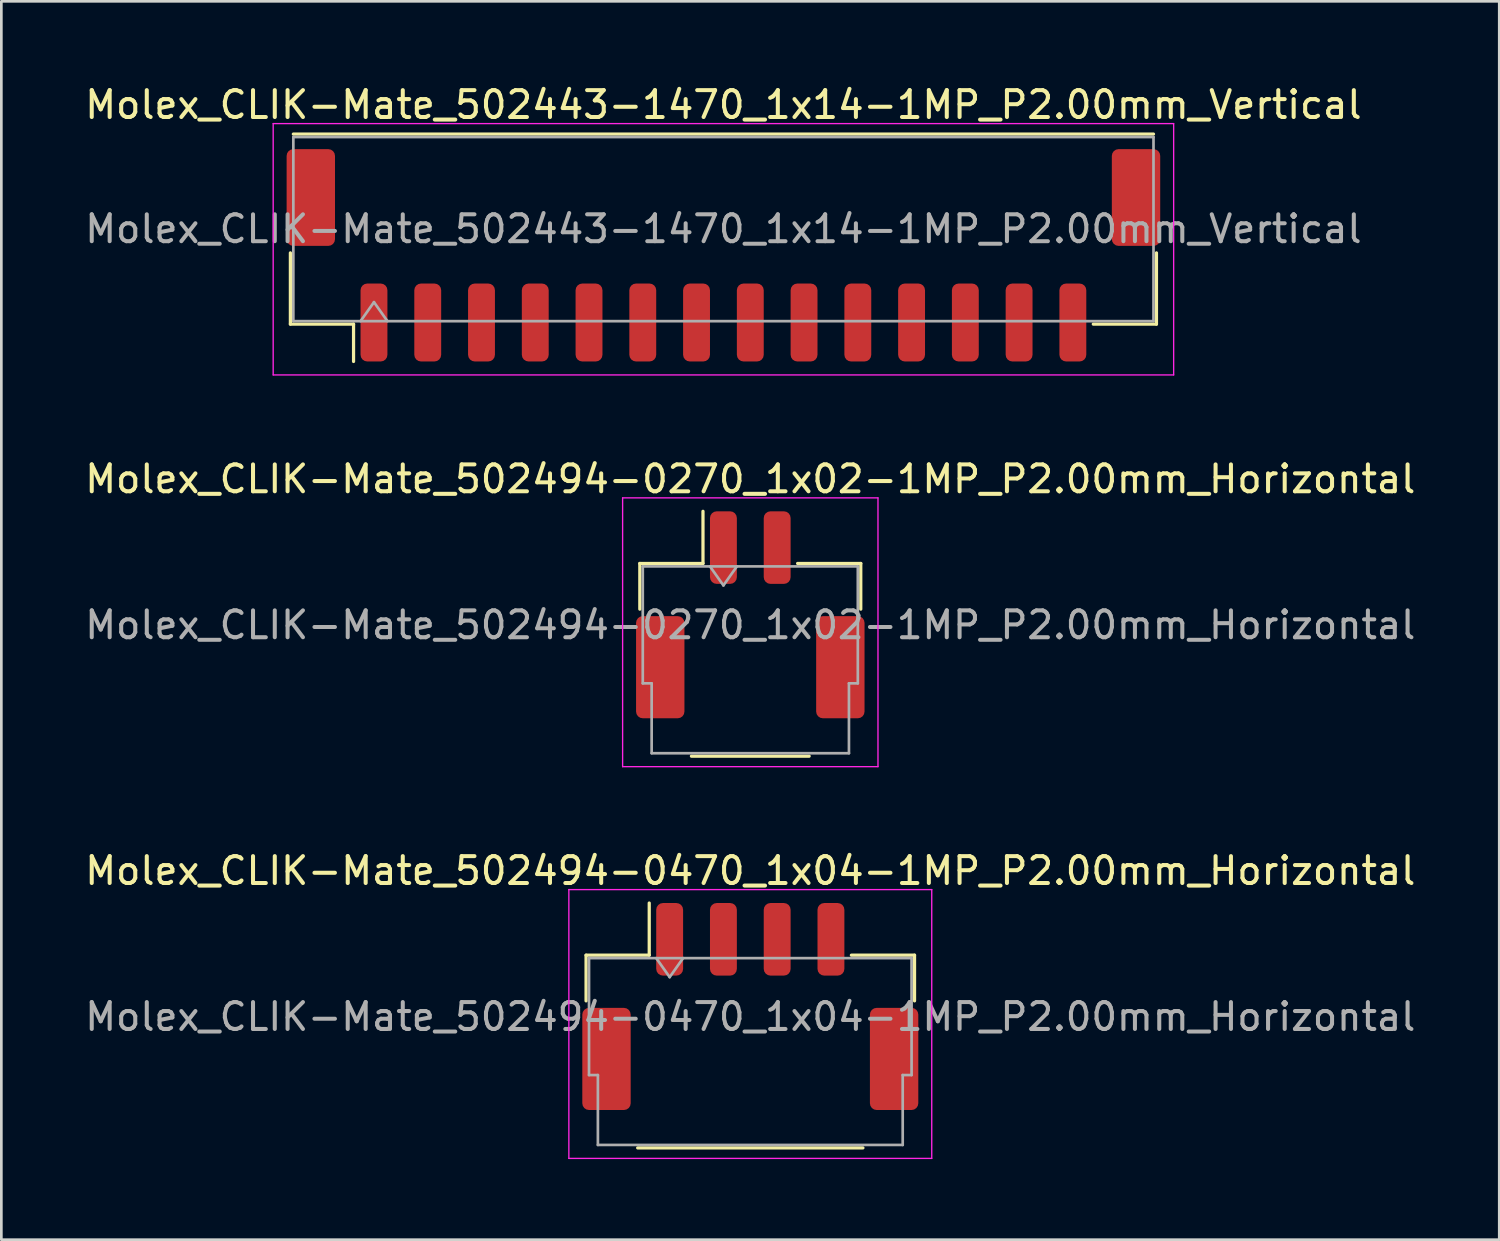
<source format=kicad_pcb>
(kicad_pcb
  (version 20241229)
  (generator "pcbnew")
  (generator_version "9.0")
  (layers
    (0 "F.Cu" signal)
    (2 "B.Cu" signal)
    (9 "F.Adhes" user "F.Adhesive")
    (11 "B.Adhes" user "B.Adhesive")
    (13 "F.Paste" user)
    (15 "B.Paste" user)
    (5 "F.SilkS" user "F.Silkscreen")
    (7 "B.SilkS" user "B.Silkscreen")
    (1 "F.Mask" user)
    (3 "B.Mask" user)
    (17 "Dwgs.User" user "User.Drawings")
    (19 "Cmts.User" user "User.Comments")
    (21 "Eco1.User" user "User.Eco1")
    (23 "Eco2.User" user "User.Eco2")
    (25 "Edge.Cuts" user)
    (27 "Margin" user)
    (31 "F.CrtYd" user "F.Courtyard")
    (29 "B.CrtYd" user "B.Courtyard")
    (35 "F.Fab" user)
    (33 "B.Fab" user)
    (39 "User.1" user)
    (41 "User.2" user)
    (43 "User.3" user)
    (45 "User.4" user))
  (footprint "Molex_CLIK-Mate_502494-0470_1x04-1MP_P2.00mm_Horizontal"
    (layer "F.Cu")
    (at 24.863 34.395)
    (property "Reference" "Molex_CLIK-Mate_502494-0470_1x04-1MP_P2.00mm_Horizontal" (at 0 -5.05 0) (layer "F.SilkS") (effects (font (size 1 1) (thickness 0.15))))
    (attr smd)
    (fp_line (start -6.11 -1.91) (end -3.76 -1.91) (stroke (width 0.12) (type solid)) (layer "F.SilkS"))
    (fp_line (start -6.11 -0.21) (end -6.11 -1.91) (stroke (width 0.12) (type solid)) (layer "F.SilkS"))
    (fp_line (start -4.19 5.26) (end 4.19 5.26) (stroke (width 0.12) (type solid)) (layer "F.SilkS"))
    (fp_line (start -3.76 -1.91) (end -3.76 -3.85) (stroke (width 0.12) (type solid)) (layer "F.SilkS"))
    (fp_line (start 6.11 -1.91) (end 3.76 -1.91) (stroke (width 0.12) (type solid)) (layer "F.SilkS"))
    (fp_line (start 6.11 -0.21) (end 6.11 -1.91) (stroke (width 0.12) (type solid)) (layer "F.SilkS"))
    (fp_line (start -6.75 -4.35) (end -6.75 5.65) (stroke (width 0.05) (type solid)) (layer "F.CrtYd"))
    (fp_line (start -6.75 5.65) (end 6.75 5.65) (stroke (width 0.05) (type solid)) (layer "F.CrtYd"))
    (fp_line (start 6.75 -4.35) (end -6.75 -4.35) (stroke (width 0.05) (type solid)) (layer "F.CrtYd"))
    (fp_line (start 6.75 5.65) (end 6.75 -4.35) (stroke (width 0.05) (type solid)) (layer "F.CrtYd"))
    (fp_line (start -6 -1.8) (end -6 2.55) (stroke (width 0.1) (type solid)) (layer "F.Fab"))
    (fp_line (start -6 -1.8) (end 6 -1.8) (stroke (width 0.1) (type solid)) (layer "F.Fab"))
    (fp_line (start -6 2.55) (end -5.67 2.55) (stroke (width 0.1) (type solid)) (layer "F.Fab"))
    (fp_line (start -5.67 2.55) (end -5.67 5.15) (stroke (width 0.1) (type solid)) (layer "F.Fab"))
    (fp_line (start -5.67 5.15) (end 5.67 5.15) (stroke (width 0.1) (type solid)) (layer "F.Fab"))
    (fp_line (start -3.5 -1.8) (end -3 -1.093) (stroke (width 0.1) (type solid)) (layer "F.Fab"))
    (fp_line (start -3 -1.093) (end -2.5 -1.8) (stroke (width 0.1) (type solid)) (layer "F.Fab"))
    (fp_line (start 5.67 2.55) (end 6 2.55) (stroke (width 0.1) (type solid)) (layer "F.Fab"))
    (fp_line (start 5.67 5.15) (end 5.67 2.55) (stroke (width 0.1) (type solid)) (layer "F.Fab"))
    (fp_line (start 6 -1.8) (end 6 2.55) (stroke (width 0.1) (type solid)) (layer "F.Fab"))
    (fp_text user "${REFERENCE}" (at 0 0.38 0) (layer "F.Fab") (effects (font (size 1 1) (thickness 0.15))))
    (pad "1" smd roundrect (at -3 -2.5) (size 1 2.7) (layers "F.Cu" "F.Mask" "F.Paste") (roundrect_rratio 0.25))
    (pad "2" smd roundrect (at -1 -2.5) (size 1 2.7) (layers "F.Cu" "F.Mask" "F.Paste") (roundrect_rratio 0.25))
    (pad "3" smd roundrect (at 1 -2.5) (size 1 2.7) (layers "F.Cu" "F.Mask" "F.Paste") (roundrect_rratio 0.25))
    (pad "4" smd roundrect (at 3 -2.5) (size 1 2.7) (layers "F.Cu" "F.Mask" "F.Paste") (roundrect_rratio 0.25))
    (pad "MP" smd roundrect (at -5.35 1.95) (size 1.8 3.8) (layers "F.Cu" "F.Mask" "F.Paste") (roundrect_rratio 0.139))
    (pad "MP" smd roundrect (at 5.35 1.95) (size 1.8 3.8) (layers "F.Cu" "F.Mask" "F.Paste") (roundrect_rratio 0.139)))
  (footprint "Molex_CLIK-Mate_502443-1470_1x14-1MP_P2.00mm_Vertical"
    (layer "F.Cu")
    (at 23.863 6.448)
    (property "Reference" "Molex_CLIK-Mate_502443-1470_1x14-1MP_P2.00mm_Vertical" (at 0 -5.6 0) (layer "F.SilkS") (effects (font (size 1 1) (thickness 0.15))))
    (attr smd)
    (fp_line (start -16.11 -0.09) (end -16.11 2.56) (stroke (width 0.12) (type solid)) (layer "F.SilkS"))
    (fp_line (start -16.11 2.56) (end -13.76 2.56) (stroke (width 0.12) (type solid)) (layer "F.SilkS"))
    (fp_line (start -16 -4.51) (end 16 -4.51) (stroke (width 0.12) (type solid)) (layer "F.SilkS"))
    (fp_line (start -13.76 2.56) (end -13.76 3.95) (stroke (width 0.12) (type solid)) (layer "F.SilkS"))
    (fp_line (start 16.11 -0.09) (end 16.11 2.56) (stroke (width 0.12) (type solid)) (layer "F.SilkS"))
    (fp_line (start 16.11 2.56) (end 13.76 2.56) (stroke (width 0.12) (type solid)) (layer "F.SilkS"))
    (fp_line (start -16.75 -4.9) (end -16.75 4.45) (stroke (width 0.05) (type solid)) (layer "F.CrtYd"))
    (fp_line (start -16.75 4.45) (end 16.75 4.45) (stroke (width 0.05) (type solid)) (layer "F.CrtYd"))
    (fp_line (start 16.75 -4.9) (end -16.75 -4.9) (stroke (width 0.05) (type solid)) (layer "F.CrtYd"))
    (fp_line (start 16.75 4.45) (end 16.75 -4.9) (stroke (width 0.05) (type solid)) (layer "F.CrtYd"))
    (fp_line (start -16 -4.4) (end 16 -4.4) (stroke (width 0.1) (type solid)) (layer "F.Fab"))
    (fp_line (start -16 2.45) (end -16 -4.4) (stroke (width 0.1) (type solid)) (layer "F.Fab"))
    (fp_line (start -16 2.45) (end 16 2.45) (stroke (width 0.1) (type solid)) (layer "F.Fab"))
    (fp_line (start -13.5 2.45) (end -13 1.743) (stroke (width 0.1) (type solid)) (layer "F.Fab"))
    (fp_line (start -13 1.743) (end -12.5 2.45) (stroke (width 0.1) (type solid)) (layer "F.Fab"))
    (fp_line (start 16 2.45) (end 16 -4.4) (stroke (width 0.1) (type solid)) (layer "F.Fab"))
    (fp_text user "${REFERENCE}" (at 0 -0.98 0) (layer "F.Fab") (effects (font (size 1 1) (thickness 0.15))))
    (pad "1" smd roundrect (at -13 2.5) (size 1 2.9) (layers "F.Cu" "F.Mask" "F.Paste") (roundrect_rratio 0.25))
    (pad "2" smd roundrect (at -11 2.5) (size 1 2.9) (layers "F.Cu" "F.Mask" "F.Paste") (roundrect_rratio 0.25))
    (pad "3" smd roundrect (at -9 2.5) (size 1 2.9) (layers "F.Cu" "F.Mask" "F.Paste") (roundrect_rratio 0.25))
    (pad "4" smd roundrect (at -7 2.5) (size 1 2.9) (layers "F.Cu" "F.Mask" "F.Paste") (roundrect_rratio 0.25))
    (pad "5" smd roundrect (at -5 2.5) (size 1 2.9) (layers "F.Cu" "F.Mask" "F.Paste") (roundrect_rratio 0.25))
    (pad "6" smd roundrect (at -3 2.5) (size 1 2.9) (layers "F.Cu" "F.Mask" "F.Paste") (roundrect_rratio 0.25))
    (pad "7" smd roundrect (at -1 2.5) (size 1 2.9) (layers "F.Cu" "F.Mask" "F.Paste") (roundrect_rratio 0.25))
    (pad "8" smd roundrect (at 1 2.5) (size 1 2.9) (layers "F.Cu" "F.Mask" "F.Paste") (roundrect_rratio 0.25))
    (pad "9" smd roundrect (at 3 2.5) (size 1 2.9) (layers "F.Cu" "F.Mask" "F.Paste") (roundrect_rratio 0.25))
    (pad "10" smd roundrect (at 5 2.5) (size 1 2.9) (layers "F.Cu" "F.Mask" "F.Paste") (roundrect_rratio 0.25))
    (pad "11" smd roundrect (at 7 2.5) (size 1 2.9) (layers "F.Cu" "F.Mask" "F.Paste") (roundrect_rratio 0.25))
    (pad "12" smd roundrect (at 9 2.5) (size 1 2.9) (layers "F.Cu" "F.Mask" "F.Paste") (roundrect_rratio 0.25))
    (pad "13" smd roundrect (at 11 2.5) (size 1 2.9) (layers "F.Cu" "F.Mask" "F.Paste") (roundrect_rratio 0.25))
    (pad "14" smd roundrect (at 13 2.5) (size 1 2.9) (layers "F.Cu" "F.Mask" "F.Paste") (roundrect_rratio 0.25))
    (pad "MP" smd roundrect (at -15.35 -2.15) (size 1.8 3.6) (layers "F.Cu" "F.Mask" "F.Paste") (roundrect_rratio 0.139))
    (pad "MP" smd roundrect (at 15.35 -2.15) (size 1.8 3.6) (layers "F.Cu" "F.Mask" "F.Paste") (roundrect_rratio 0.139)))
  (footprint "Molex_CLIK-Mate_502494-0270_1x02-1MP_P2.00mm_Horizontal"
    (layer "F.Cu")
    (at 24.863 19.822)
    (property "Reference" "Molex_CLIK-Mate_502494-0270_1x02-1MP_P2.00mm_Horizontal" (at 0 -5.05 0) (layer "F.SilkS") (effects (font (size 1 1) (thickness 0.15))))
    (attr smd)
    (fp_line (start -4.11 -1.91) (end -1.76 -1.91) (stroke (width 0.12) (type solid)) (layer "F.SilkS"))
    (fp_line (start -4.11 -0.21) (end -4.11 -1.91) (stroke (width 0.12) (type solid)) (layer "F.SilkS"))
    (fp_line (start -2.19 5.26) (end 2.19 5.26) (stroke (width 0.12) (type solid)) (layer "F.SilkS"))
    (fp_line (start -1.76 -1.91) (end -1.76 -3.85) (stroke (width 0.12) (type solid)) (layer "F.SilkS"))
    (fp_line (start 4.11 -1.91) (end 1.76 -1.91) (stroke (width 0.12) (type solid)) (layer "F.SilkS"))
    (fp_line (start 4.11 -0.21) (end 4.11 -1.91) (stroke (width 0.12) (type solid)) (layer "F.SilkS"))
    (fp_line (start -4.75 -4.35) (end -4.75 5.65) (stroke (width 0.05) (type solid)) (layer "F.CrtYd"))
    (fp_line (start -4.75 5.65) (end 4.75 5.65) (stroke (width 0.05) (type solid)) (layer "F.CrtYd"))
    (fp_line (start 4.75 -4.35) (end -4.75 -4.35) (stroke (width 0.05) (type solid)) (layer "F.CrtYd"))
    (fp_line (start 4.75 5.65) (end 4.75 -4.35) (stroke (width 0.05) (type solid)) (layer "F.CrtYd"))
    (fp_line (start -4 -1.8) (end -4 2.55) (stroke (width 0.1) (type solid)) (layer "F.Fab"))
    (fp_line (start -4 -1.8) (end 4 -1.8) (stroke (width 0.1) (type solid)) (layer "F.Fab"))
    (fp_line (start -4 2.55) (end -3.67 2.55) (stroke (width 0.1) (type solid)) (layer "F.Fab"))
    (fp_line (start -3.67 2.55) (end -3.67 5.15) (stroke (width 0.1) (type solid)) (layer "F.Fab"))
    (fp_line (start -3.67 5.15) (end 3.67 5.15) (stroke (width 0.1) (type solid)) (layer "F.Fab"))
    (fp_line (start -1.5 -1.8) (end -1 -1.093) (stroke (width 0.1) (type solid)) (layer "F.Fab"))
    (fp_line (start -1 -1.093) (end -0.5 -1.8) (stroke (width 0.1) (type solid)) (layer "F.Fab"))
    (fp_line (start 3.67 2.55) (end 4 2.55) (stroke (width 0.1) (type solid)) (layer "F.Fab"))
    (fp_line (start 3.67 5.15) (end 3.67 2.55) (stroke (width 0.1) (type solid)) (layer "F.Fab"))
    (fp_line (start 4 -1.8) (end 4 2.55) (stroke (width 0.1) (type solid)) (layer "F.Fab"))
    (fp_text user "${REFERENCE}" (at 0 0.38 0) (layer "F.Fab") (effects (font (size 1 1) (thickness 0.15))))
    (pad "1" smd roundrect (at -1 -2.5) (size 1 2.7) (layers "F.Cu" "F.Mask" "F.Paste") (roundrect_rratio 0.25))
    (pad "2" smd roundrect (at 1 -2.5) (size 1 2.7) (layers "F.Cu" "F.Mask" "F.Paste") (roundrect_rratio 0.25))
    (pad "MP" smd roundrect (at -3.35 1.95) (size 1.8 3.8) (layers "F.Cu" "F.Mask" "F.Paste") (roundrect_rratio 0.139))
    (pad "MP" smd roundrect (at 3.35 1.95) (size 1.8 3.8) (layers "F.Cu" "F.Mask" "F.Paste") (roundrect_rratio 0.139)))
  (gr_rect
    (start -3 -3)
    (end 52.726 43.07)
    (stroke (width 0.1) (type default))
    (fill no)
    (layer "Edge.Cuts")))
</source>
